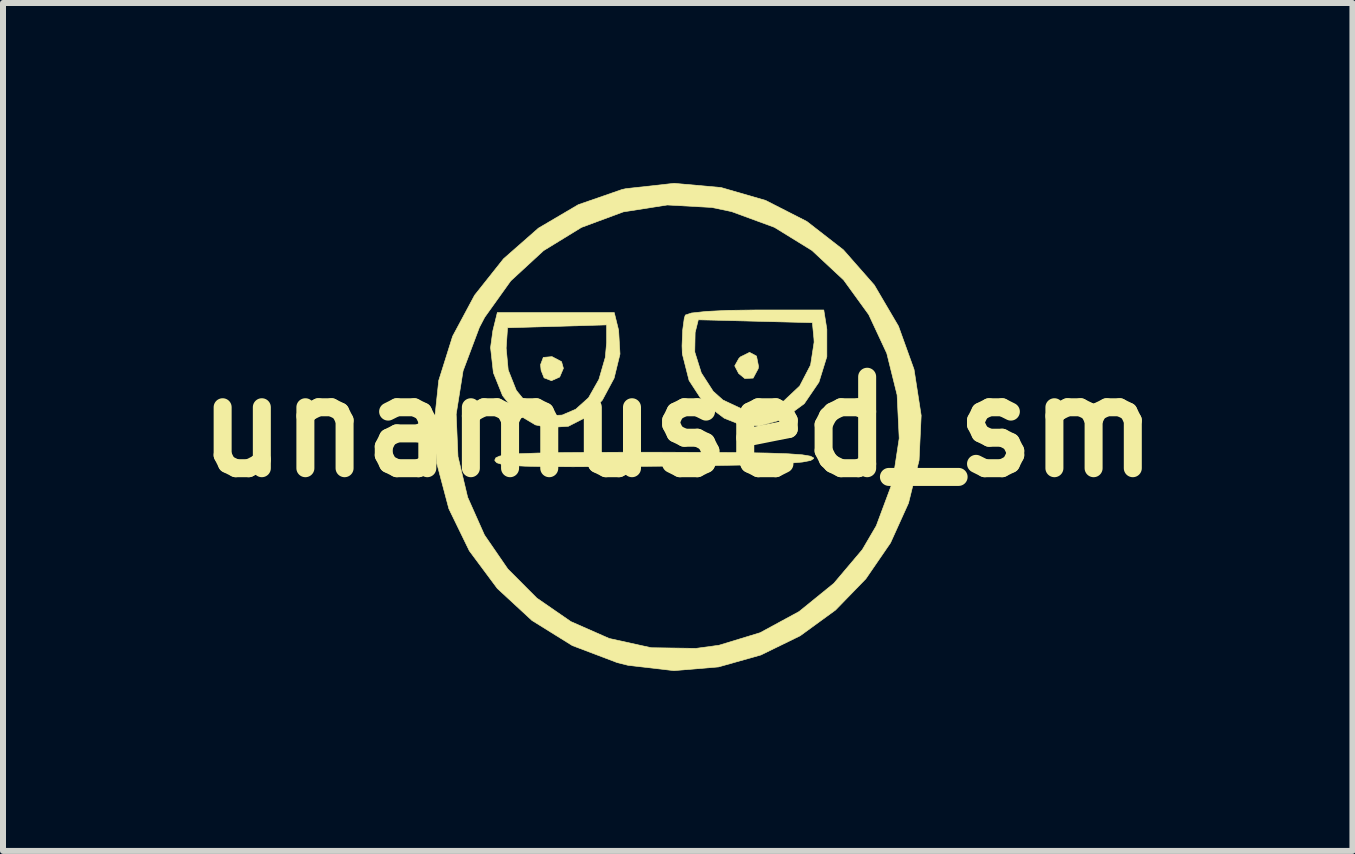
<source format=kicad_pcb>
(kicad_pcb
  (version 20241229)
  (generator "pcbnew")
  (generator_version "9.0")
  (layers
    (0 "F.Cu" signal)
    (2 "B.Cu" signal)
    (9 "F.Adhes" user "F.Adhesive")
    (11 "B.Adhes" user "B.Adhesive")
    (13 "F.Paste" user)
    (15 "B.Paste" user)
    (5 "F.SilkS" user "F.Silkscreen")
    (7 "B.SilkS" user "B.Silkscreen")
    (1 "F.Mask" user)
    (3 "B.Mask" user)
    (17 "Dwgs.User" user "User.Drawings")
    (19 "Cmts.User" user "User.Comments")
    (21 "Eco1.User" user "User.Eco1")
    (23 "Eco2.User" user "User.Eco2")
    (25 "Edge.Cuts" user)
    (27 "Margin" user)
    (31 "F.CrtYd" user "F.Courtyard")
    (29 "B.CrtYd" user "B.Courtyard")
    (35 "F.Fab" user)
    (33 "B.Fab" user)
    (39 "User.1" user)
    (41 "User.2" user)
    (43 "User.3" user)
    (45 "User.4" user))
  (footprint "unamused_sm"
    (layer "F.Cu")
    (at 8.244 4.063)
    (property "Reference" "unamused_sm" (at 0 0 0) (layer "F.SilkS") (effects (font (size 1.524 1.524) (thickness 0.3))))
    (attr through_hole)
    (fp_poly (pts (xy -1.936 -1.086) (xy -1.905 -0.975) (xy -1.967 -0.83) (xy -2.104 -0.769) (xy -2.227 -0.816) (xy -2.277 -0.942) (xy -2.286 -1.036) (xy -2.24 -1.157) (xy -2.095 -1.17) (xy -1.936 -1.086)) (stroke (width 0.01) (type solid)) (fill yes) (layer "F.SilkS"))
    (fp_poly (pts (xy 1.313 -1.179) (xy 1.347 -1.007) (xy 1.341 -0.969) (xy 1.257 -0.812) (xy 1.118 -0.805) (xy 1.015 -0.89) (xy 0.95 -1.016) (xy 1.018 -1.138) (xy 1.044 -1.165) (xy 1.197 -1.241) (xy 1.313 -1.179)) (stroke (width 0.01) (type solid)) (fill yes) (layer "F.SilkS"))
    (fp_poly (pts (xy -0.985 -1.609) (xy -0.962 -1.213) (xy -1.06 -0.811) (xy -1.256 -0.445) (xy -1.528 -0.16) (xy -1.823 -0.009) (xy -2.164 0.012) (xy -2.371 -0.032) (xy -2.679 -0.216) (xy -2.919 -0.52) (xy -3.072 -0.902) (xy -3.118 -1.312) (xy -2.859 -1.312) (xy -2.825 -0.948) (xy -2.69 -0.608) (xy -2.482 -0.352) (xy -2.371 -0.278) (xy -2.132 -0.186) (xy -1.926 -0.196) (xy -1.7 -0.293) (xy -1.486 -0.485) (xy -1.313 -0.791) (xy -1.207 -1.157) (xy -1.185 -1.402) (xy -1.185 -1.699) (xy -2.836 -1.651) (xy -2.859 -1.312) (xy -3.118 -1.312) (xy -3.119 -1.32) (xy -3.081 -1.6) (xy -3.006 -1.905) (xy -1.058 -1.905) (xy -0.985 -1.609)) (stroke (width 0.01) (type solid)) (fill yes) (layer "F.SilkS"))
    (fp_poly (pts (xy 0.398 0.425) (xy 1.015 0.429) (xy 1.491 0.437) (xy 1.839 0.449) (xy 2.075 0.466) (xy 2.212 0.489) (xy 2.264 0.517) (xy 2.265 0.529) (xy 2.215 0.561) (xy 2.077 0.587) (xy 1.84 0.608) (xy 1.488 0.625) (xy 1.009 0.638) (xy 0.388 0.649) (xy -0.389 0.657) (xy -0.409 0.657) (xy -1.154 0.663) (xy -1.747 0.665) (xy -2.204 0.663) (xy -2.543 0.656) (xy -2.779 0.643) (xy -2.931 0.625) (xy -3.014 0.599) (xy -3.046 0.566) (xy -3.048 0.552) (xy -3.031 0.516) (xy -2.967 0.487) (xy -2.842 0.465) (xy -2.637 0.448) (xy -2.336 0.437) (xy -1.922 0.429) (xy -1.379 0.425) (xy -0.691 0.423) (xy -0.374 0.423) (xy 0.398 0.425)) (stroke (width 0.01) (type solid)) (fill yes) (layer "F.SilkS"))
    (fp_poly (pts (xy 2.485 -1.627) (xy 2.485 -1.17) (xy 2.353 -0.744) (xy 2.109 -0.386) (xy 1.772 -0.138) (xy 1.724 -0.117) (xy 1.357 -0.013) (xy 1.021 -0.045) (xy 0.775 -0.144) (xy 0.429 -0.404) (xy 0.189 -0.773) (xy 0.077 -1.214) (xy 0.076 -1.247) (xy 0.284 -1.247) (xy 0.393 -0.899) (xy 0.591 -0.592) (xy 0.753 -0.447) (xy 1.1 -0.284) (xy 1.434 -0.283) (xy 1.762 -0.426) (xy 2.033 -0.681) (xy 2.214 -1.03) (xy 2.273 -1.411) (xy 2.27 -1.469) (xy 2.244 -1.736) (xy 1.293 -1.76) (xy 0.343 -1.784) (xy 0.29 -1.571) (xy 0.284 -1.247) (xy 0.076 -1.247) (xy 0.072 -1.35) (xy 0.083 -1.614) (xy 0.109 -1.808) (xy 0.127 -1.863) (xy 0.23 -1.897) (xy 0.475 -1.923) (xy 0.836 -1.941) (xy 1.287 -1.947) (xy 1.307 -1.947) (xy 2.434 -1.947) (xy 2.485 -1.627)) (stroke (width 0.01) (type solid)) (fill yes) (layer "F.SilkS"))
    (fp_poly (pts (xy 0.722 -3.988) (xy 1.465 -3.773) (xy 2.151 -3.423) (xy 2.761 -2.949) (xy 3.276 -2.363) (xy 3.679 -1.677) (xy 3.938 -0.957) (xy 4.057 -0.189) (xy 4.022 0.558) (xy 3.846 1.271) (xy 3.546 1.934) (xy 3.135 2.533) (xy 2.629 3.054) (xy 2.041 3.482) (xy 1.386 3.802) (xy 0.68 4.001) (xy -0.063 4.063) (xy -0.828 3.974) (xy -1.006 3.93) (xy -1.757 3.645) (xy -2.429 3.227) (xy -3.006 2.694) (xy -3.473 2.066) (xy -3.814 1.365) (xy -4.015 0.608) (xy -4.064 -0.000001) (xy -4.042 -0.211) (xy -3.692 -0.211) (xy -3.662 0.496) (xy -3.501 1.173) (xy -3.221 1.802) (xy -2.832 2.368) (xy -2.348 2.854) (xy -1.78 3.246) (xy -1.141 3.527) (xy -0.442 3.681) (xy 0.305 3.692) (xy 0.687 3.64) (xy 1.373 3.431) (xy 2.023 3.078) (xy 2.602 2.608) (xy 3.076 2.047) (xy 3.309 1.649) (xy 3.579 0.924) (xy 3.691 0.191) (xy 3.656 -0.532) (xy 3.484 -1.225) (xy 3.183 -1.87) (xy 2.764 -2.448) (xy 2.237 -2.939) (xy 1.611 -3.325) (xy 0.897 -3.587) (xy 0.568 -3.656) (xy -0.175 -3.697) (xy -0.907 -3.582) (xy -1.603 -3.324) (xy -2.236 -2.936) (xy -2.783 -2.432) (xy -3.217 -1.825) (xy -3.306 -1.655) (xy -3.577 -0.933) (xy -3.692 -0.211) (xy -4.042 -0.211) (xy -3.983 -0.771) (xy -3.751 -1.51) (xy -3.385 -2.193) (xy -2.903 -2.8) (xy -2.321 -3.311) (xy -1.657 -3.702) (xy -0.928 -3.955) (xy -0.864 -3.969) (xy -0.06 -4.058) (xy 0.722 -3.988)) (stroke (width 0.01) (type solid)) (fill yes) (layer "F.SilkS")))
  (gr_rect
    (start -3 -3)
    (end 19.488 11.13)
    (stroke (width 0.1) (type default))
    (fill no)
    (layer "Edge.Cuts")))
</source>
